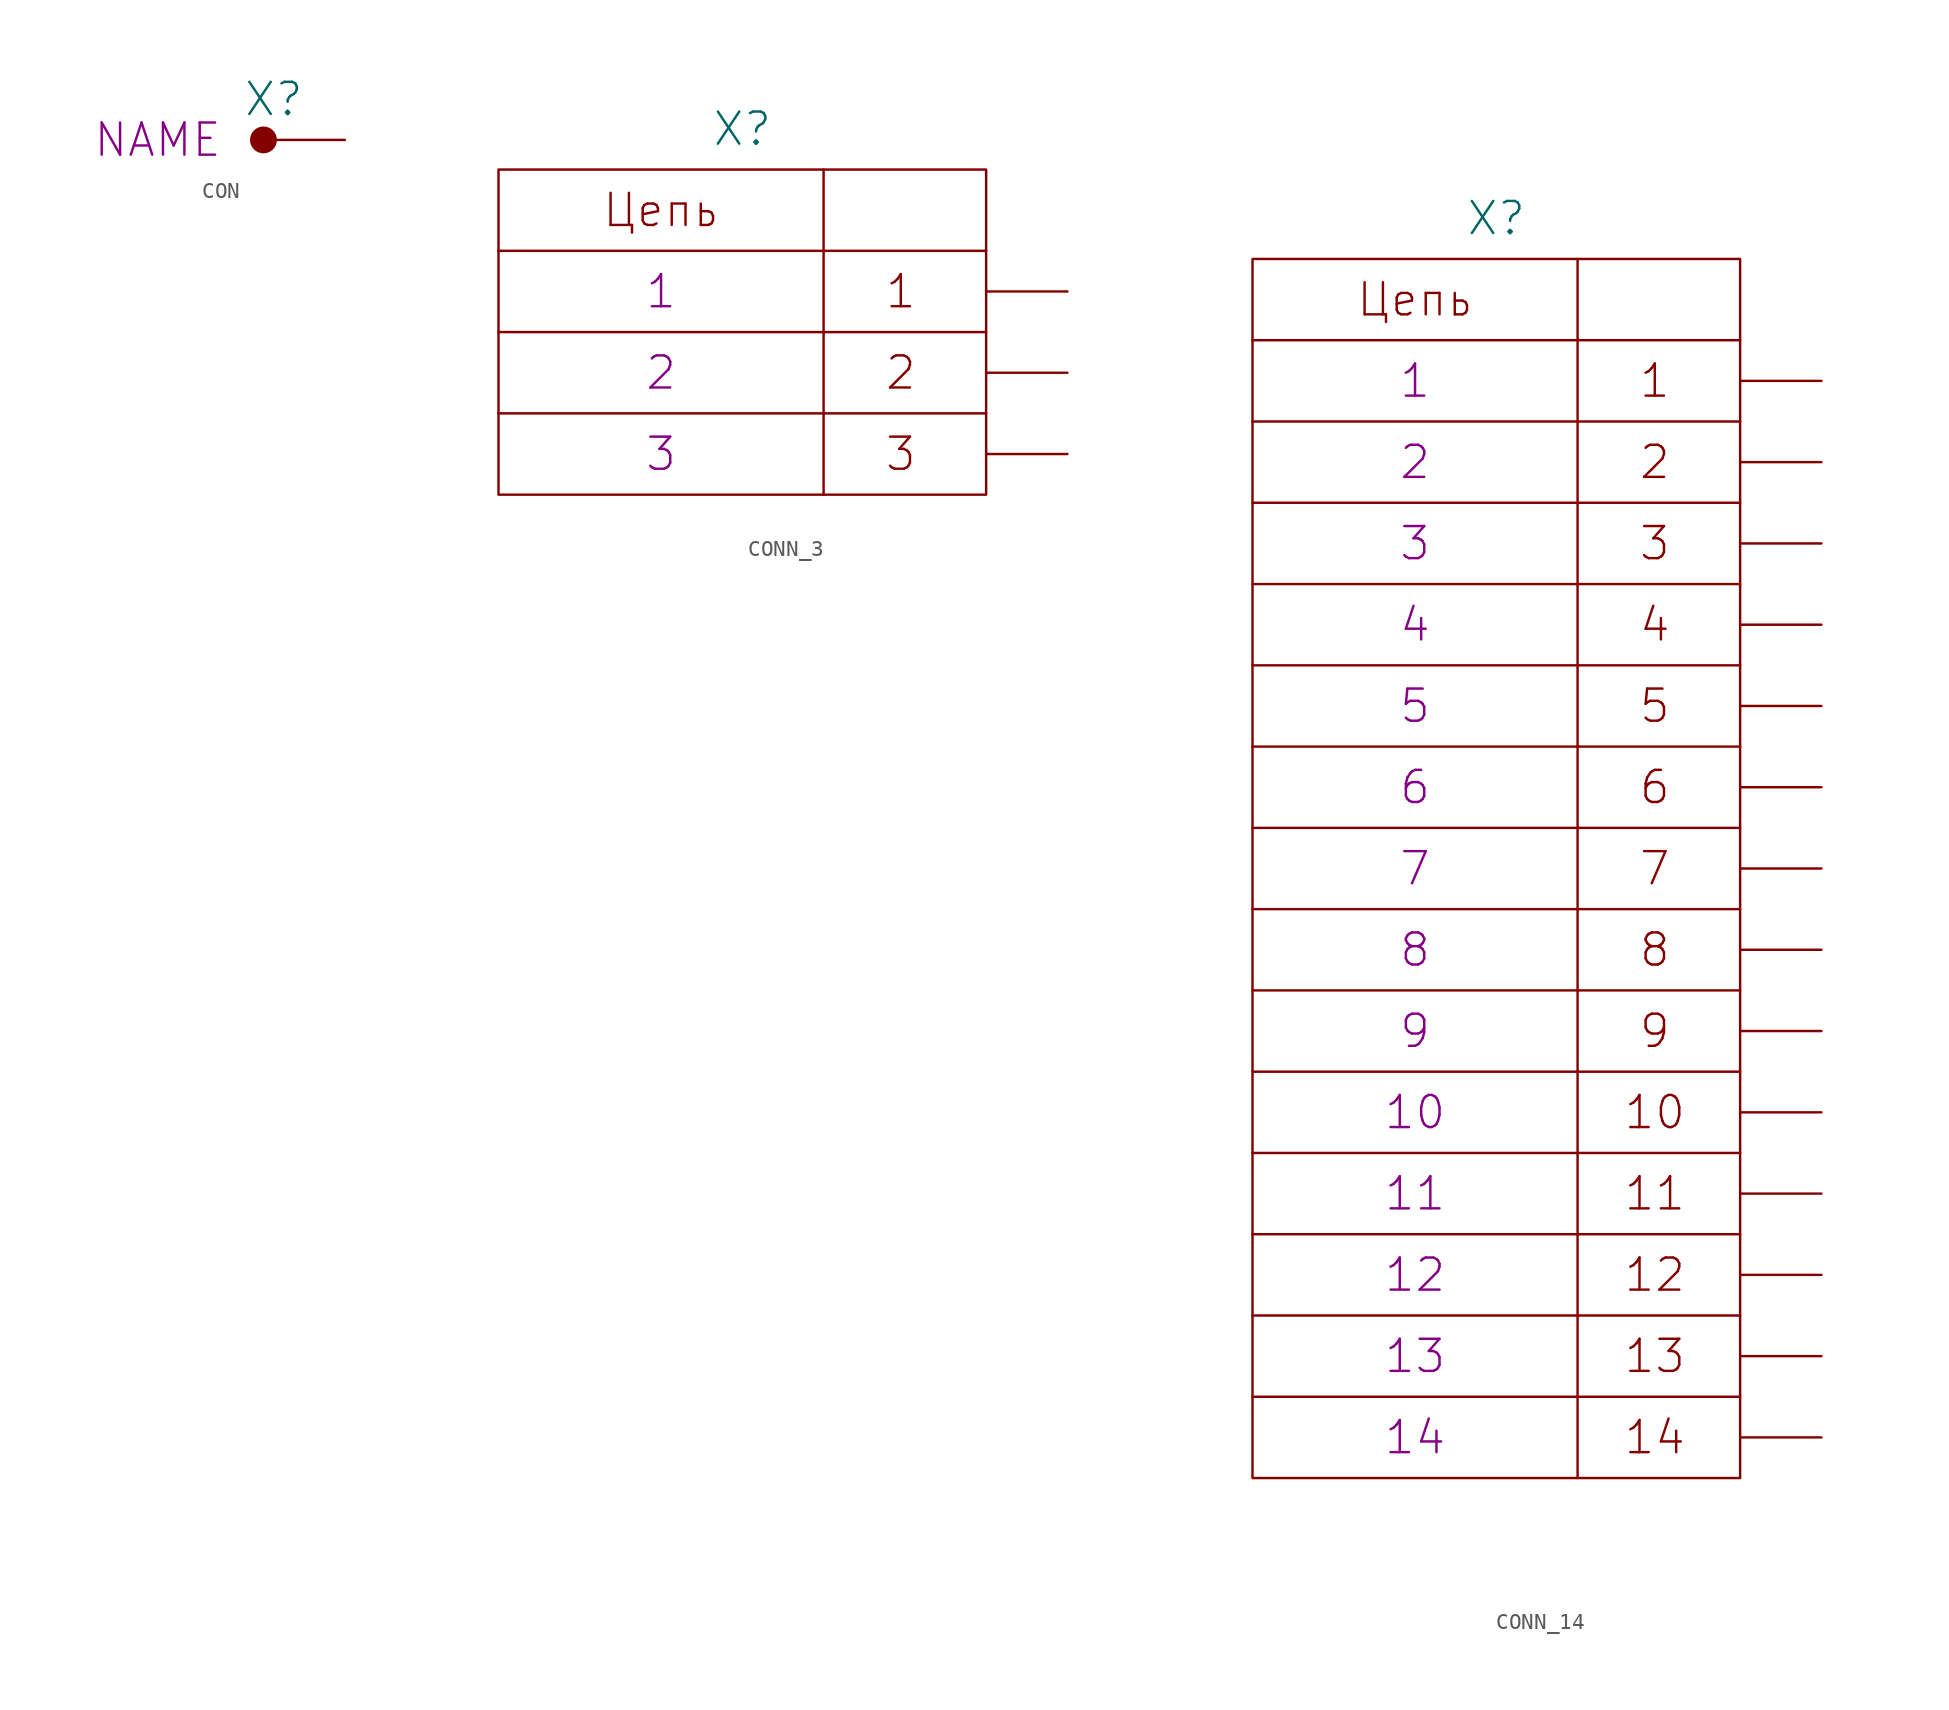
<source format=kicad_sym>
(kicad_symbol_lib
  (version 20231120)
  (generator "kicad_symbol_editor")
  (generator_version "8.0")
  (symbol "CON"
    (pin_numbers hide)
    (pin_names
      (offset 0) hide)
    (property "Reference" "X"
      (at -6.35 2.54 0)
      (effects (font (size 2.007 2.007)) (justify left)))
    (property "PIN" "NAME"
      (at -7.62 0 0)
      (effects (font (size 2.007 2.007)) (justify right)))
    (symbol "CON_0_1"
      (circle (center -5.08 0) (radius 0.762) (stroke (width 0) (type solid)) (fill (type outline))))
    (symbol "CON_1_1"
      (pin passive line (at 0 0 180) (length 5.08) (name "~" (effects (font (size 1.27 1.27)))) (number "1" (effects (font (size 1.27 1.27)))))))
  (symbol "CONN_3"
    (pin_numbers hide)
    (pin_names
      (offset 0) hide)
    (property "Reference" "X"
      (at 0 12.7 0)
      (effects (font (size 2.007 2.007))))
    (property "PIN1" "1"
      (at -5.08 2.54 0)
      (effects (font (size 2.007 2.007))))
    (property "PIN2" "2"
      (at -5.08 -2.54 0)
      (effects (font (size 2.007 2.007))))
    (property "PIN3" "3"
      (at -5.08 -7.62 0)
      (effects (font (size 2.007 2.007))))
    (symbol "CONN_3_0_0"
      (polyline (pts (xy -15.24 -5.08) (xy 15.24 -5.08)) (stroke (width 0) (type solid)) (fill (type none)))
      (polyline (pts (xy -15.24 0) (xy 15.24 0)) (stroke (width 0) (type solid)) (fill (type none)))
      (polyline (pts (xy -15.24 5.08) (xy 15.24 5.08)) (stroke (width 0) (type solid)) (fill (type none)))
      (polyline (pts (xy 5.08 10.16) (xy 5.08 -10.16)) (stroke (width 0) (type solid)) (fill (type none)))
      (rectangle (start 15.24 10.16) (end -15.24 -10.16) (stroke (width 0) (type solid)) (fill (type none))))
    (symbol "CONN_3_1_1"
      (text "1" (at 9.906 2.54 0) (effects (font (size 2.007 2.007))))
      (text "2" (at 9.906 -2.54 0) (effects (font (size 2.007 2.007))))
      (text "3" (at 9.906 -7.62 0) (effects (font (size 2.007 2.007))))
      (text "Цепь" (at -5.08 7.62 0) (effects (font (size 2.007 2.007))))
      (pin passive line (at 20.32 2.54 180) (length 5.08) (name "1" (effects (font (size 2.007 2.007)))) (number "1" (effects (font (size 2.007 2.007)))))
      (pin passive line (at 20.32 -2.54 180) (length 5.08) (name "2" (effects (font (size 2.007 2.007)))) (number "2" (effects (font (size 2.007 2.007)))))
      (pin passive line (at 20.32 -7.62 180) (length 5.08) (name "3" (effects (font (size 2.007 2.007)))) (number "3" (effects (font (size 2.007 2.007)))))))
  (symbol "CONN_14"
    (pin_numbers hide)
    (pin_names
      (offset 0) hide)
    (property "Reference" "X"
      (at 0 40.64 0)
      (effects (font (size 2.007 2.007))))
    (property "PIN1" "1"
      (at -5.08 30.48 0)
      (effects (font (size 2.007 2.007))))
    (property "PIN2" "2"
      (at -5.08 25.4 0)
      (effects (font (size 2.007 2.007))))
    (property "PIN3" "3"
      (at -5.08 20.32 0)
      (effects (font (size 2.007 2.007))))
    (property "PIN4" "4"
      (at -5.08 15.24 0)
      (effects (font (size 2.007 2.007))))
    (property "PIN5" "5"
      (at -5.08 10.16 0)
      (effects (font (size 2.007 2.007))))
    (property "PIN6" "6"
      (at -5.08 5.08 0)
      (effects (font (size 2.007 2.007))))
    (property "PIN7" "7"
      (at -5.08 0 0)
      (effects (font (size 2.007 2.007))))
    (property "PIN8" "8"
      (at -5.08 -5.08 0)
      (effects (font (size 2.007 2.007))))
    (property "PIN9" "9"
      (at -5.08 -10.16 0)
      (effects (font (size 2.007 2.007))))
    (property "PIN10" "10"
      (at -5.08 -15.24 0)
      (effects (font (size 2.007 2.007))))
    (property "PIN11" "11"
      (at -5.08 -20.32 0)
      (effects (font (size 2.007 2.007))))
    (property "PIN12" "12"
      (at -5.08 -25.4 0)
      (effects (font (size 2.007 2.007))))
    (property "PIN13" "13"
      (at -5.08 -30.48 0)
      (effects (font (size 2.007 2.007))))
    (property "PIN14" "14"
      (at -5.08 -35.56 0)
      (effects (font (size 2.007 2.007))))
    (symbol "CONN_14_0_0"
      (polyline (pts (xy -15.24 -33.02) (xy 15.24 -33.02)) (stroke (width 0) (type solid)) (fill (type none)))
      (polyline (pts (xy -15.24 -27.94) (xy 15.24 -27.94)) (stroke (width 0) (type solid)) (fill (type none)))
      (polyline (pts (xy -15.24 -22.86) (xy 15.24 -22.86)) (stroke (width 0) (type solid)) (fill (type none)))
      (polyline (pts (xy -15.24 -17.78) (xy 15.24 -17.78)) (stroke (width 0) (type solid)) (fill (type none)))
      (polyline (pts (xy -15.24 -12.7) (xy 15.24 -12.7)) (stroke (width 0) (type solid)) (fill (type none)))
      (polyline (pts (xy -15.24 -7.62) (xy 15.24 -7.62)) (stroke (width 0) (type solid)) (fill (type none)))
      (polyline (pts (xy -15.24 -2.54) (xy 15.24 -2.54)) (stroke (width 0) (type solid)) (fill (type none)))
      (polyline (pts (xy -15.24 2.54) (xy 15.24 2.54)) (stroke (width 0) (type solid)) (fill (type none)))
      (polyline (pts (xy -15.24 7.62) (xy 15.24 7.62)) (stroke (width 0) (type solid)) (fill (type none)))
      (polyline (pts (xy -15.24 12.7) (xy 15.24 12.7)) (stroke (width 0) (type solid)) (fill (type none)))
      (polyline (pts (xy -15.24 17.78) (xy 15.24 17.78)) (stroke (width 0) (type solid)) (fill (type none)))
      (polyline (pts (xy -15.24 22.86) (xy 15.24 22.86)) (stroke (width 0) (type solid)) (fill (type none)))
      (polyline (pts (xy -15.24 27.94) (xy 15.24 27.94)) (stroke (width 0) (type solid)) (fill (type none)))
      (polyline (pts (xy -15.24 33.02) (xy 15.24 33.02)) (stroke (width 0) (type solid)) (fill (type none)))
      (polyline (pts (xy 5.08 38.1) (xy 5.08 -38.1)) (stroke (width 0) (type solid)) (fill (type none)))
      (rectangle (start 15.24 38.1) (end -15.24 -38.1) (stroke (width 0) (type solid)) (fill (type none))))
    (symbol "CONN_14_1_1"
      (text "1" (at 9.906 30.48 0) (effects (font (size 2.007 2.007))))
      (text "10" (at 9.906 -15.24 0) (effects (font (size 2.007 2.007))))
      (text "11" (at 9.906 -20.32 0) (effects (font (size 2.007 2.007))))
      (text "12" (at 9.906 -25.4 0) (effects (font (size 2.007 2.007))))
      (text "13" (at 9.906 -30.48 0) (effects (font (size 2.007 2.007))))
      (text "14" (at 9.906 -35.56 0) (effects (font (size 2.007 2.007))))
      (text "2" (at 9.906 25.4 0) (effects (font (size 2.007 2.007))))
      (text "3" (at 9.906 20.32 0) (effects (font (size 2.007 2.007))))
      (text "4" (at 9.906 15.24 0) (effects (font (size 2.007 2.007))))
      (text "5" (at 9.906 10.16 0) (effects (font (size 2.007 2.007))))
      (text "6" (at 9.906 5.08 0) (effects (font (size 2.007 2.007))))
      (text "7" (at 9.906 0 0) (effects (font (size 2.007 2.007))))
      (text "8" (at 9.906 -5.08 0) (effects (font (size 2.007 2.007))))
      (text "9" (at 9.906 -10.16 0) (effects (font (size 2.007 2.007))))
      (text "Цепь" (at -5.08 35.56 0) (effects (font (size 2.007 2.007))))
      (pin passive line (at 20.32 30.48 180) (length 5.08) (name "1" (effects (font (size 2.007 2.007)))) (number "1" (effects (font (size 2.007 2.007)))))
      (pin passive line (at 20.32 -15.24 180) (length 5.08) (name "10" (effects (font (size 2.007 2.007)))) (number "10" (effects (font (size 2.007 2.007)))))
      (pin passive line (at 20.32 -20.32 180) (length 5.08) (name "11" (effects (font (size 2.007 2.007)))) (number "11" (effects (font (size 2.007 2.007)))))
      (pin passive line (at 20.32 -25.4 180) (length 5.08) (name "12" (effects (font (size 2.007 2.007)))) (number "12" (effects (font (size 2.007 2.007)))))
      (pin passive line (at 20.32 -30.48 180) (length 5.08) (name "13" (effects (font (size 2.007 2.007)))) (number "13" (effects (font (size 2.007 2.007)))))
      (pin passive line (at 20.32 -35.56 180) (length 5.08) (name "14" (effects (font (size 2.007 2.007)))) (number "14" (effects (font (size 2.007 2.007)))))
      (pin passive line (at 20.32 25.4 180) (length 5.08) (name "2" (effects (font (size 2.007 2.007)))) (number "2" (effects (font (size 2.007 2.007)))))
      (pin passive line (at 20.32 20.32 180) (length 5.08) (name "3" (effects (font (size 2.007 2.007)))) (number "3" (effects (font (size 2.007 2.007)))))
      (pin passive line (at 20.32 15.24 180) (length 5.08) (name "4" (effects (font (size 2.007 2.007)))) (number "4" (effects (font (size 2.007 2.007)))))
      (pin passive line (at 20.32 10.16 180) (length 5.08) (name "5" (effects (font (size 2.007 2.007)))) (number "5" (effects (font (size 2.007 2.007)))))
      (pin passive line (at 20.32 5.08 180) (length 5.08) (name "6" (effects (font (size 2.007 2.007)))) (number "6" (effects (font (size 2.007 2.007)))))
      (pin passive line (at 20.32 0 180) (length 5.08) (name "7" (effects (font (size 2.007 2.007)))) (number "7" (effects (font (size 2.007 2.007)))))
      (pin passive line (at 20.32 -5.08 180) (length 5.08) (name "8" (effects (font (size 2.007 2.007)))) (number "8" (effects (font (size 2.007 2.007)))))
      (pin passive line (at 20.32 -10.16 180) (length 5.08) (name "9" (effects (font (size 2.007 2.007)))) (number "9" (effects (font (size 2.007 2.007))))))))
</source>
